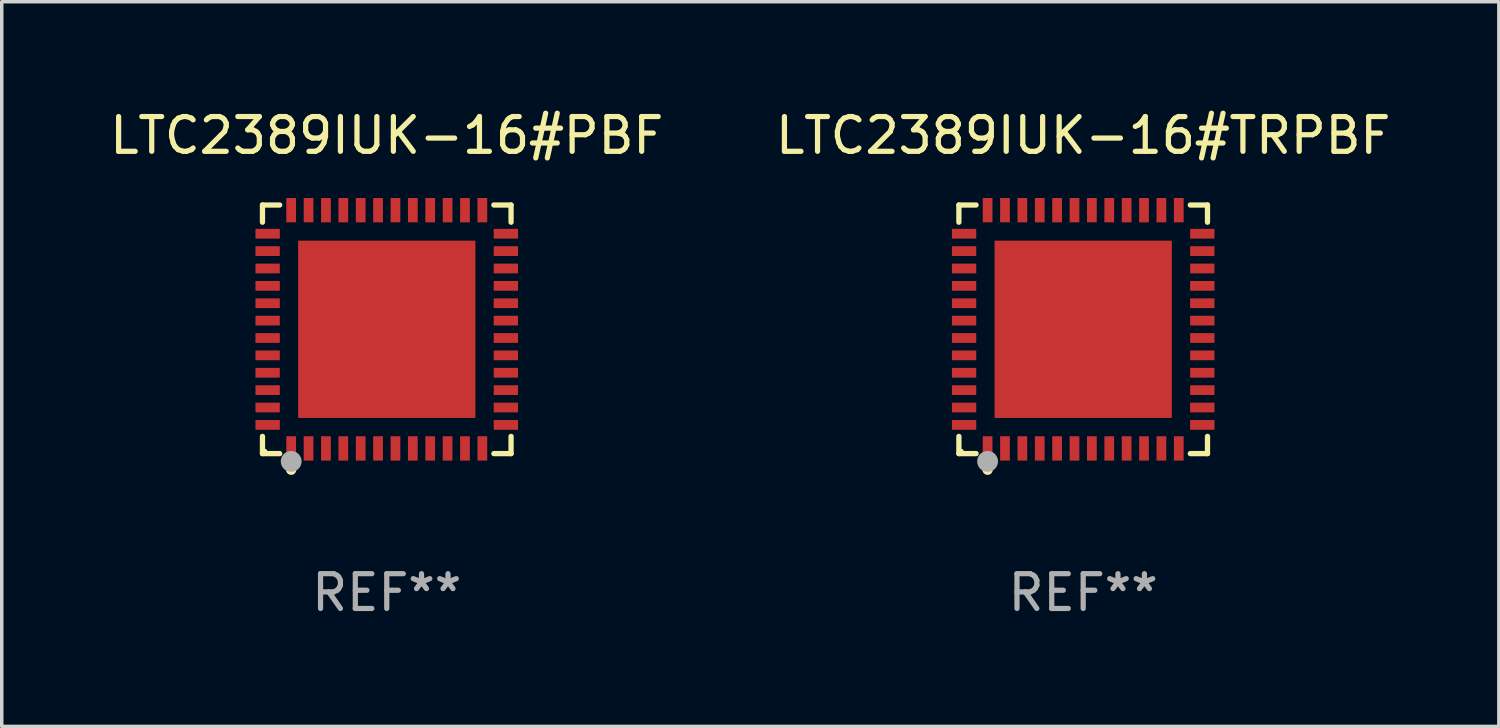
<source format=kicad_pcb>
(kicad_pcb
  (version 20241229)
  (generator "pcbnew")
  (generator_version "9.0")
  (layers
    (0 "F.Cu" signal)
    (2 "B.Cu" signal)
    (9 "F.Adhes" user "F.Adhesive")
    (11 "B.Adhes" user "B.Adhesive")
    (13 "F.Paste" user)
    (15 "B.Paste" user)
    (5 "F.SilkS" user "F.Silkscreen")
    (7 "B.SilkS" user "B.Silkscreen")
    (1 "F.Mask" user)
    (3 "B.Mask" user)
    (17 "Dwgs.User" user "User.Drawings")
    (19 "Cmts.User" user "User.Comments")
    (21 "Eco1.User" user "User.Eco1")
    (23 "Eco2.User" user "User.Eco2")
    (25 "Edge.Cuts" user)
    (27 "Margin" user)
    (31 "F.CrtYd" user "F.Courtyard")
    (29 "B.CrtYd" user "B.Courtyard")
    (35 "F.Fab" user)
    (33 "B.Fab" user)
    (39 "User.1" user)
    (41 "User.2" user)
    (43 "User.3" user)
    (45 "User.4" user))
  (footprint "LTC2389IUK-16#TRPBF"
    (layer "F.Cu")
    (at 28.113 6.424)
    (property "Reference" "LTC2389IUK-16#TRPBF" (at 0 -5.576 0) (layer "F.SilkS") (effects (font (size 1 1) (thickness 0.15))))
    (attr through_hole)
    (fp_line (start -3.576 -3.576) (end -3.081 -3.576) (stroke (width 0.152) (type solid)) (layer "F.SilkS"))
    (fp_line (start -3.576 -3.081) (end -3.576 -3.576) (stroke (width 0.152) (type solid)) (layer "F.SilkS"))
    (fp_line (start -3.576 3.081) (end -3.576 3.576) (stroke (width 0.152) (type solid)) (layer "F.SilkS"))
    (fp_line (start -3.576 3.576) (end -3.081 3.576) (stroke (width 0.152) (type solid)) (layer "F.SilkS"))
    (fp_line (start 3.576 -3.576) (end 3.081 -3.576) (stroke (width 0.152) (type solid)) (layer "F.SilkS"))
    (fp_line (start 3.576 -3.081) (end 3.576 -3.576) (stroke (width 0.152) (type solid)) (layer "F.SilkS"))
    (fp_line (start 3.576 3.081) (end 3.576 3.576) (stroke (width 0.152) (type solid)) (layer "F.SilkS"))
    (fp_line (start 3.576 3.576) (end 3.081 3.576) (stroke (width 0.152) (type solid)) (layer "F.SilkS"))
    (fp_circle (center -3.5 3.5) (end -3.47 3.5) (stroke (width 0.06) (type solid)) (fill no) (layer "F.SilkS"))
    (fp_circle (center -2.75 4.04) (end -2.675 4.04) (stroke (width 0.15) (type solid)) (fill no) (layer "F.SilkS"))
    (fp_circle (center -2.75 3.8) (end -2.6 3.8) (stroke (width 0.3) (type solid)) (fill no) (layer "F.Fab"))
    (fp_text user "REF**" (at 0 7.576 0) (layer "F.Fab") (effects (font (size 1 1) (thickness 0.15))))
    (pad "1" smd rect (at -2.75 3.427) (size 0.28 0.7) (layers "F.Cu" "F.Mask" "F.Paste"))
    (pad "2" smd rect (at -2.25 3.427) (size 0.28 0.7) (layers "F.Cu" "F.Mask" "F.Paste"))
    (pad "3" smd rect (at -1.75 3.427) (size 0.28 0.7) (layers "F.Cu" "F.Mask" "F.Paste"))
    (pad "4" smd rect (at -1.25 3.427) (size 0.28 0.7) (layers "F.Cu" "F.Mask" "F.Paste"))
    (pad "5" smd rect (at -0.75 3.427) (size 0.28 0.7) (layers "F.Cu" "F.Mask" "F.Paste"))
    (pad "6" smd rect (at -0.25 3.427) (size 0.28 0.7) (layers "F.Cu" "F.Mask" "F.Paste"))
    (pad "7" smd rect (at 0.25 3.427) (size 0.28 0.7) (layers "F.Cu" "F.Mask" "F.Paste"))
    (pad "8" smd rect (at 0.75 3.427) (size 0.28 0.7) (layers "F.Cu" "F.Mask" "F.Paste"))
    (pad "9" smd rect (at 1.25 3.427) (size 0.28 0.7) (layers "F.Cu" "F.Mask" "F.Paste"))
    (pad "10" smd rect (at 1.75 3.427) (size 0.28 0.7) (layers "F.Cu" "F.Mask" "F.Paste"))
    (pad "11" smd rect (at 2.25 3.427) (size 0.28 0.7) (layers "F.Cu" "F.Mask" "F.Paste"))
    (pad "12" smd rect (at 2.75 3.427) (size 0.28 0.7) (layers "F.Cu" "F.Mask" "F.Paste"))
    (pad "13" smd rect (at 3.427 2.75) (size 0.7 0.28) (layers "F.Cu" "F.Mask" "F.Paste"))
    (pad "14" smd rect (at 3.427 2.25) (size 0.7 0.28) (layers "F.Cu" "F.Mask" "F.Paste"))
    (pad "15" smd rect (at 3.427 1.75) (size 0.7 0.28) (layers "F.Cu" "F.Mask" "F.Paste"))
    (pad "16" smd rect (at 3.427 1.25) (size 0.7 0.28) (layers "F.Cu" "F.Mask" "F.Paste"))
    (pad "17" smd rect (at 3.427 0.75) (size 0.7 0.28) (layers "F.Cu" "F.Mask" "F.Paste"))
    (pad "18" smd rect (at 3.427 0.25) (size 0.7 0.28) (layers "F.Cu" "F.Mask" "F.Paste"))
    (pad "19" smd rect (at 3.427 -0.25) (size 0.7 0.28) (layers "F.Cu" "F.Mask" "F.Paste"))
    (pad "20" smd rect (at 3.427 -0.75) (size 0.7 0.28) (layers "F.Cu" "F.Mask" "F.Paste"))
    (pad "21" smd rect (at 3.427 -1.25) (size 0.7 0.28) (layers "F.Cu" "F.Mask" "F.Paste"))
    (pad "22" smd rect (at 3.427 -1.75) (size 0.7 0.28) (layers "F.Cu" "F.Mask" "F.Paste"))
    (pad "23" smd rect (at 3.427 -2.25) (size 0.7 0.28) (layers "F.Cu" "F.Mask" "F.Paste"))
    (pad "24" smd rect (at 3.427 -2.75) (size 0.7 0.28) (layers "F.Cu" "F.Mask" "F.Paste"))
    (pad "25" smd rect (at 2.75 -3.427) (size 0.28 0.7) (layers "F.Cu" "F.Mask" "F.Paste"))
    (pad "26" smd rect (at 2.25 -3.427) (size 0.28 0.7) (layers "F.Cu" "F.Mask" "F.Paste"))
    (pad "27" smd rect (at 1.75 -3.427) (size 0.28 0.7) (layers "F.Cu" "F.Mask" "F.Paste"))
    (pad "28" smd rect (at 1.25 -3.427) (size 0.28 0.7) (layers "F.Cu" "F.Mask" "F.Paste"))
    (pad "29" smd rect (at 0.75 -3.427) (size 0.28 0.7) (layers "F.Cu" "F.Mask" "F.Paste"))
    (pad "30" smd rect (at 0.25 -3.427) (size 0.28 0.7) (layers "F.Cu" "F.Mask" "F.Paste"))
    (pad "31" smd rect (at -0.25 -3.427) (size 0.28 0.7) (layers "F.Cu" "F.Mask" "F.Paste"))
    (pad "32" smd rect (at -0.75 -3.427) (size 0.28 0.7) (layers "F.Cu" "F.Mask" "F.Paste"))
    (pad "33" smd rect (at -1.25 -3.427) (size 0.28 0.7) (layers "F.Cu" "F.Mask" "F.Paste"))
    (pad "34" smd rect (at -1.75 -3.427) (size 0.28 0.7) (layers "F.Cu" "F.Mask" "F.Paste"))
    (pad "35" smd rect (at -2.25 -3.427) (size 0.28 0.7) (layers "F.Cu" "F.Mask" "F.Paste"))
    (pad "36" smd rect (at -2.75 -3.427) (size 0.28 0.7) (layers "F.Cu" "F.Mask" "F.Paste"))
    (pad "37" smd rect (at -3.427 -2.75) (size 0.7 0.28) (layers "F.Cu" "F.Mask" "F.Paste"))
    (pad "38" smd rect (at -3.427 -2.25) (size 0.7 0.28) (layers "F.Cu" "F.Mask" "F.Paste"))
    (pad "39" smd rect (at -3.427 -1.75) (size 0.7 0.28) (layers "F.Cu" "F.Mask" "F.Paste"))
    (pad "40" smd rect (at -3.427 -1.25) (size 0.7 0.28) (layers "F.Cu" "F.Mask" "F.Paste"))
    (pad "41" smd rect (at -3.427 -0.75) (size 0.7 0.28) (layers "F.Cu" "F.Mask" "F.Paste"))
    (pad "42" smd rect (at -3.427 -0.25) (size 0.7 0.28) (layers "F.Cu" "F.Mask" "F.Paste"))
    (pad "43" smd rect (at -3.427 0.25) (size 0.7 0.28) (layers "F.Cu" "F.Mask" "F.Paste"))
    (pad "44" smd rect (at -3.427 0.75) (size 0.7 0.28) (layers "F.Cu" "F.Mask" "F.Paste"))
    (pad "45" smd rect (at -3.427 1.25) (size 0.7 0.28) (layers "F.Cu" "F.Mask" "F.Paste"))
    (pad "46" smd rect (at -3.427 1.75) (size 0.7 0.28) (layers "F.Cu" "F.Mask" "F.Paste"))
    (pad "47" smd rect (at -3.427 2.25) (size 0.7 0.28) (layers "F.Cu" "F.Mask" "F.Paste"))
    (pad "48" smd rect (at -3.427 2.75) (size 0.7 0.28) (layers "F.Cu" "F.Mask" "F.Paste"))
    (pad "49" smd rect (at 0 0) (size 5.1 5.1) (layers "F.Cu" "F.Mask" "F.Paste")))
  (footprint "LTC2389IUK-16#PBF"
    (layer "F.Cu")
    (at 8.077 6.424)
    (property "Reference" "LTC2389IUK-16#PBF" (at 0 -5.576 0) (layer "F.SilkS") (effects (font (size 1 1) (thickness 0.15))))
    (attr through_hole)
    (fp_line (start -3.576 -3.576) (end -3.081 -3.576) (stroke (width 0.152) (type solid)) (layer "F.SilkS"))
    (fp_line (start -3.576 -3.081) (end -3.576 -3.576) (stroke (width 0.152) (type solid)) (layer "F.SilkS"))
    (fp_line (start -3.576 3.081) (end -3.576 3.576) (stroke (width 0.152) (type solid)) (layer "F.SilkS"))
    (fp_line (start -3.576 3.576) (end -3.081 3.576) (stroke (width 0.152) (type solid)) (layer "F.SilkS"))
    (fp_line (start 3.576 -3.576) (end 3.081 -3.576) (stroke (width 0.152) (type solid)) (layer "F.SilkS"))
    (fp_line (start 3.576 -3.081) (end 3.576 -3.576) (stroke (width 0.152) (type solid)) (layer "F.SilkS"))
    (fp_line (start 3.576 3.081) (end 3.576 3.576) (stroke (width 0.152) (type solid)) (layer "F.SilkS"))
    (fp_line (start 3.576 3.576) (end 3.081 3.576) (stroke (width 0.152) (type solid)) (layer "F.SilkS"))
    (fp_circle (center -3.5 3.5) (end -3.47 3.5) (stroke (width 0.06) (type solid)) (fill no) (layer "F.SilkS"))
    (fp_circle (center -2.75 4.04) (end -2.675 4.04) (stroke (width 0.15) (type solid)) (fill no) (layer "F.SilkS"))
    (fp_circle (center -2.75 3.8) (end -2.6 3.8) (stroke (width 0.3) (type solid)) (fill no) (layer "F.Fab"))
    (fp_text user "REF**" (at 0 7.576 0) (layer "F.Fab") (effects (font (size 1 1) (thickness 0.15))))
    (pad "1" smd rect (at -2.75 3.427) (size 0.28 0.7) (layers "F.Cu" "F.Mask" "F.Paste"))
    (pad "2" smd rect (at -2.25 3.427) (size 0.28 0.7) (layers "F.Cu" "F.Mask" "F.Paste"))
    (pad "3" smd rect (at -1.75 3.427) (size 0.28 0.7) (layers "F.Cu" "F.Mask" "F.Paste"))
    (pad "4" smd rect (at -1.25 3.427) (size 0.28 0.7) (layers "F.Cu" "F.Mask" "F.Paste"))
    (pad "5" smd rect (at -0.75 3.427) (size 0.28 0.7) (layers "F.Cu" "F.Mask" "F.Paste"))
    (pad "6" smd rect (at -0.25 3.427) (size 0.28 0.7) (layers "F.Cu" "F.Mask" "F.Paste"))
    (pad "7" smd rect (at 0.25 3.427) (size 0.28 0.7) (layers "F.Cu" "F.Mask" "F.Paste"))
    (pad "8" smd rect (at 0.75 3.427) (size 0.28 0.7) (layers "F.Cu" "F.Mask" "F.Paste"))
    (pad "9" smd rect (at 1.25 3.427) (size 0.28 0.7) (layers "F.Cu" "F.Mask" "F.Paste"))
    (pad "10" smd rect (at 1.75 3.427) (size 0.28 0.7) (layers "F.Cu" "F.Mask" "F.Paste"))
    (pad "11" smd rect (at 2.25 3.427) (size 0.28 0.7) (layers "F.Cu" "F.Mask" "F.Paste"))
    (pad "12" smd rect (at 2.75 3.427) (size 0.28 0.7) (layers "F.Cu" "F.Mask" "F.Paste"))
    (pad "13" smd rect (at 3.427 2.75) (size 0.7 0.28) (layers "F.Cu" "F.Mask" "F.Paste"))
    (pad "14" smd rect (at 3.427 2.25) (size 0.7 0.28) (layers "F.Cu" "F.Mask" "F.Paste"))
    (pad "15" smd rect (at 3.427 1.75) (size 0.7 0.28) (layers "F.Cu" "F.Mask" "F.Paste"))
    (pad "16" smd rect (at 3.427 1.25) (size 0.7 0.28) (layers "F.Cu" "F.Mask" "F.Paste"))
    (pad "17" smd rect (at 3.427 0.75) (size 0.7 0.28) (layers "F.Cu" "F.Mask" "F.Paste"))
    (pad "18" smd rect (at 3.427 0.25) (size 0.7 0.28) (layers "F.Cu" "F.Mask" "F.Paste"))
    (pad "19" smd rect (at 3.427 -0.25) (size 0.7 0.28) (layers "F.Cu" "F.Mask" "F.Paste"))
    (pad "20" smd rect (at 3.427 -0.75) (size 0.7 0.28) (layers "F.Cu" "F.Mask" "F.Paste"))
    (pad "21" smd rect (at 3.427 -1.25) (size 0.7 0.28) (layers "F.Cu" "F.Mask" "F.Paste"))
    (pad "22" smd rect (at 3.427 -1.75) (size 0.7 0.28) (layers "F.Cu" "F.Mask" "F.Paste"))
    (pad "23" smd rect (at 3.427 -2.25) (size 0.7 0.28) (layers "F.Cu" "F.Mask" "F.Paste"))
    (pad "24" smd rect (at 3.427 -2.75) (size 0.7 0.28) (layers "F.Cu" "F.Mask" "F.Paste"))
    (pad "25" smd rect (at 2.75 -3.427) (size 0.28 0.7) (layers "F.Cu" "F.Mask" "F.Paste"))
    (pad "26" smd rect (at 2.25 -3.427) (size 0.28 0.7) (layers "F.Cu" "F.Mask" "F.Paste"))
    (pad "27" smd rect (at 1.75 -3.427) (size 0.28 0.7) (layers "F.Cu" "F.Mask" "F.Paste"))
    (pad "28" smd rect (at 1.25 -3.427) (size 0.28 0.7) (layers "F.Cu" "F.Mask" "F.Paste"))
    (pad "29" smd rect (at 0.75 -3.427) (size 0.28 0.7) (layers "F.Cu" "F.Mask" "F.Paste"))
    (pad "30" smd rect (at 0.25 -3.427) (size 0.28 0.7) (layers "F.Cu" "F.Mask" "F.Paste"))
    (pad "31" smd rect (at -0.25 -3.427) (size 0.28 0.7) (layers "F.Cu" "F.Mask" "F.Paste"))
    (pad "32" smd rect (at -0.75 -3.427) (size 0.28 0.7) (layers "F.Cu" "F.Mask" "F.Paste"))
    (pad "33" smd rect (at -1.25 -3.427) (size 0.28 0.7) (layers "F.Cu" "F.Mask" "F.Paste"))
    (pad "34" smd rect (at -1.75 -3.427) (size 0.28 0.7) (layers "F.Cu" "F.Mask" "F.Paste"))
    (pad "35" smd rect (at -2.25 -3.427) (size 0.28 0.7) (layers "F.Cu" "F.Mask" "F.Paste"))
    (pad "36" smd rect (at -2.75 -3.427) (size 0.28 0.7) (layers "F.Cu" "F.Mask" "F.Paste"))
    (pad "37" smd rect (at -3.427 -2.75) (size 0.7 0.28) (layers "F.Cu" "F.Mask" "F.Paste"))
    (pad "38" smd rect (at -3.427 -2.25) (size 0.7 0.28) (layers "F.Cu" "F.Mask" "F.Paste"))
    (pad "39" smd rect (at -3.427 -1.75) (size 0.7 0.28) (layers "F.Cu" "F.Mask" "F.Paste"))
    (pad "40" smd rect (at -3.427 -1.25) (size 0.7 0.28) (layers "F.Cu" "F.Mask" "F.Paste"))
    (pad "41" smd rect (at -3.427 -0.75) (size 0.7 0.28) (layers "F.Cu" "F.Mask" "F.Paste"))
    (pad "42" smd rect (at -3.427 -0.25) (size 0.7 0.28) (layers "F.Cu" "F.Mask" "F.Paste"))
    (pad "43" smd rect (at -3.427 0.25) (size 0.7 0.28) (layers "F.Cu" "F.Mask" "F.Paste"))
    (pad "44" smd rect (at -3.427 0.75) (size 0.7 0.28) (layers "F.Cu" "F.Mask" "F.Paste"))
    (pad "45" smd rect (at -3.427 1.25) (size 0.7 0.28) (layers "F.Cu" "F.Mask" "F.Paste"))
    (pad "46" smd rect (at -3.427 1.75) (size 0.7 0.28) (layers "F.Cu" "F.Mask" "F.Paste"))
    (pad "47" smd rect (at -3.427 2.25) (size 0.7 0.28) (layers "F.Cu" "F.Mask" "F.Paste"))
    (pad "48" smd rect (at -3.427 2.75) (size 0.7 0.28) (layers "F.Cu" "F.Mask" "F.Paste"))
    (pad "49" smd rect (at 0 0) (size 5.1 5.1) (layers "F.Cu" "F.Mask" "F.Paste")))
  (gr_rect
    (start -3 -3)
    (end 40.071 17.849)
    (stroke (width 0.1) (type default))
    (fill no)
    (layer "Edge.Cuts")))
</source>
